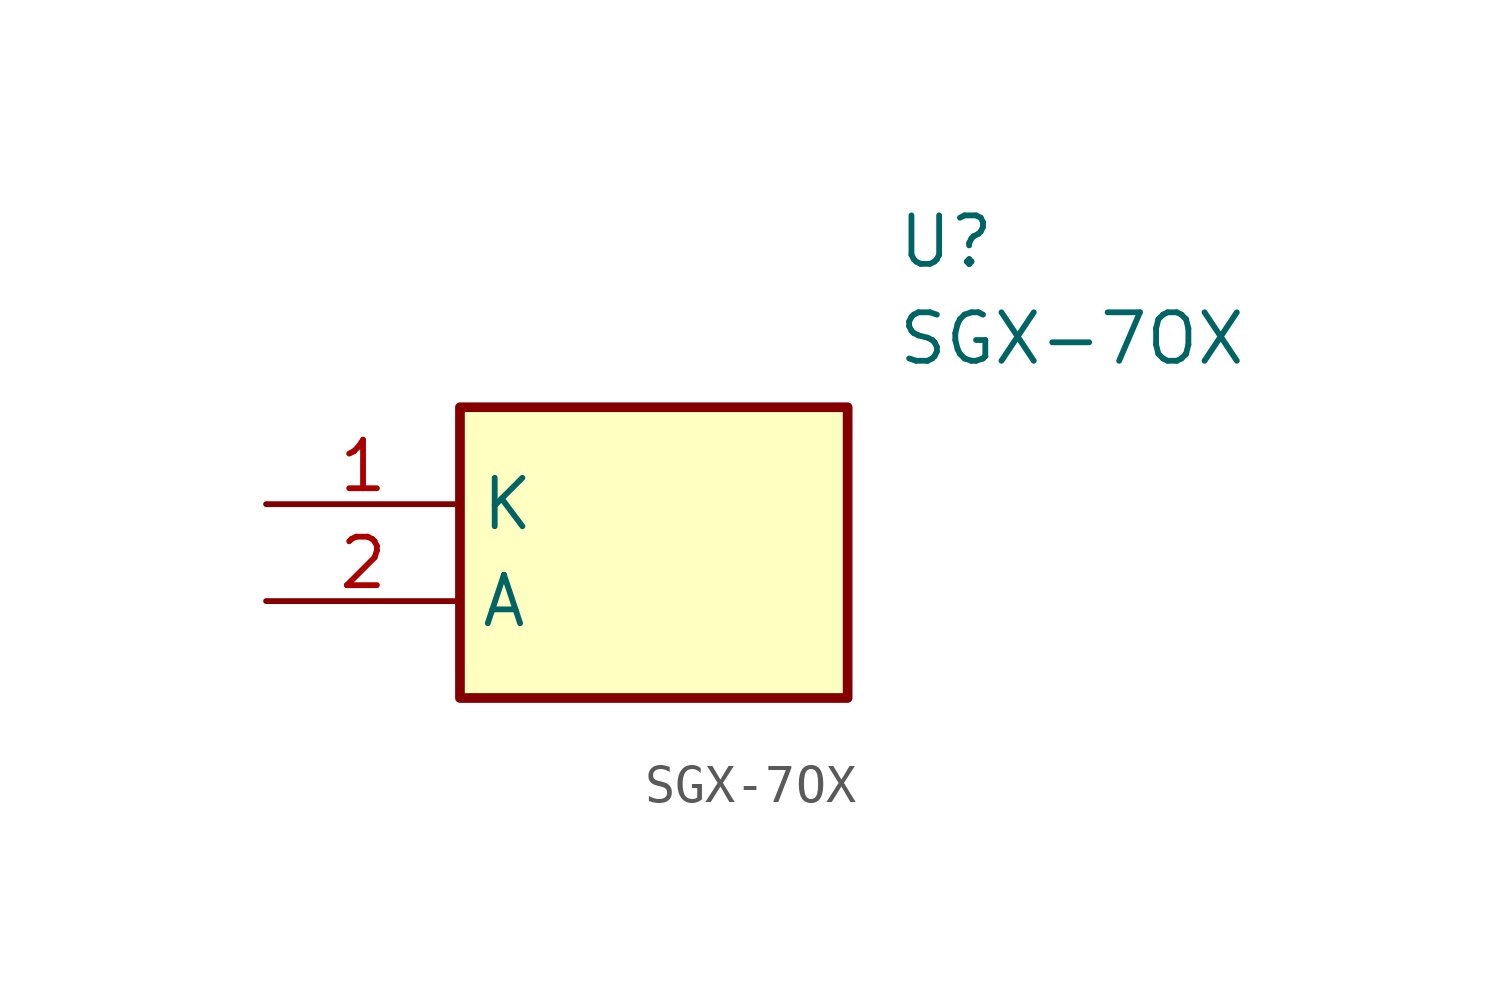
<source format=kicad_sym>
(kicad_symbol_lib
  (version 20211014)
  (generator SamacSys_ECAD_Model)
  (symbol "SGX-7OX"
    (property "Reference" "U"
      (at 16.51 7.62 0)
      (effects (font (size 1.27 1.27)) (justify left top)))
    (property "Value" "SGX-7OX"
      (at 16.51 5.08 0)
      (effects (font (size 1.27 1.27)) (justify left top)))
    (rectangle
      (start 5.08 2.54)
      (end 15.24 -5.08)
      (stroke (width 0.254) (type default))
      (fill (type background)))
    (pin passive line
      (at 0 0 0)
      (length 5.08)
      (name "K" (effects (font (size 1.27 1.27))))
      (number "1" (effects (font (size 1.27 1.27)))))
    (pin passive line
      (at 0 -2.54 0)
      (length 5.08)
      (name "A" (effects (font (size 1.27 1.27))))
      (number "2" (effects (font (size 1.27 1.27)))))))
</source>
